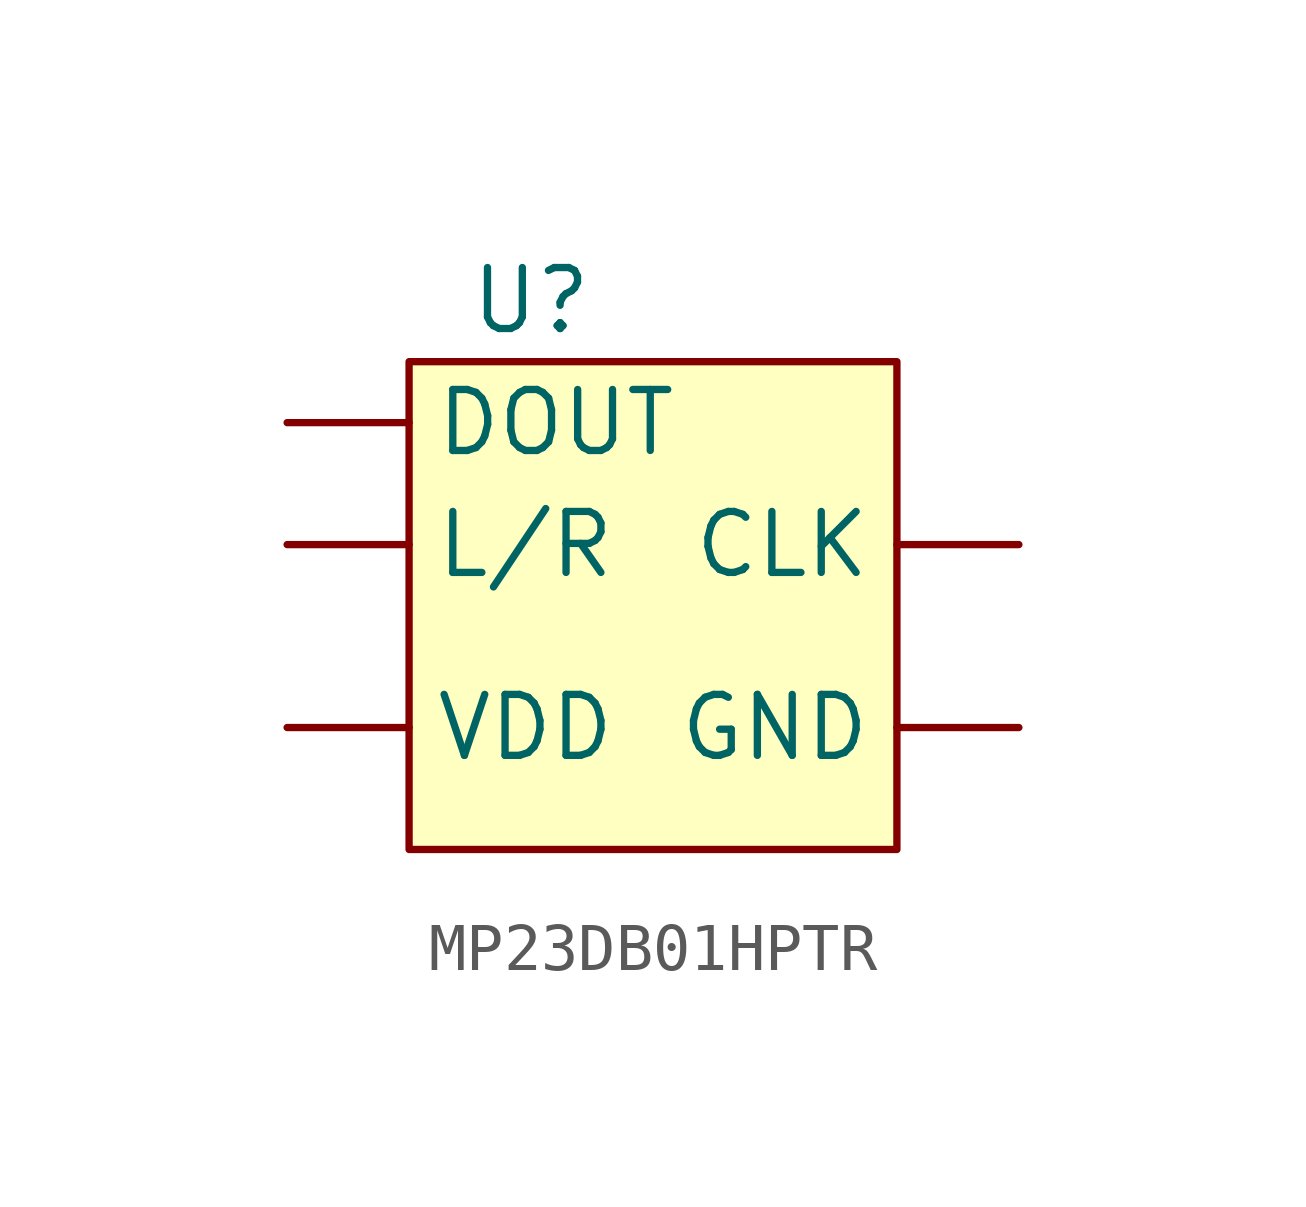
<source format=kicad_sym>
(kicad_symbol_lib
  (version 20241209)
  (generator "kicad_symbol_editor")
  (generator_version "9.0")
  (symbol "MP23DB01HPTR"
    (property "Reference" "U"
      (at 0 0 0)
      (effects (font (size 1.27 1.27))))
    (property "Value" ""
      (at 0 0 0)
      (effects (font (size 1.27 1.27))))
    (symbol "MP23DB01HPTR_1_1"
      (rectangle (start -2.54 -1.27) (end 7.62 -11.43) (stroke (width 0) (type solid)) (fill (type background)))
      (pin input line (at -5.08 -2.54 0) (length 2.54) (name "DOUT" (effects (font (size 1.27 1.27)))) (number "" (effects (font (size 1.27 1.27)))))
      (pin input line (at -5.08 -5.08 0) (length 2.54) (name "L/R" (effects (font (size 1.27 1.27)))) (number "" (effects (font (size 1.27 1.27)))))
      (pin input line (at -5.08 -8.89 0) (length 2.54) (name "VDD" (effects (font (size 1.27 1.27)))) (number "" (effects (font (size 1.27 1.27)))))
      (pin input line (at 10.16 -5.08 180) (length 2.54) (name "CLK" (effects (font (size 1.27 1.27)))) (number "" (effects (font (size 1.27 1.27)))))
      (pin input line (at 10.16 -8.89 180) (length 2.54) (name "GND" (effects (font (size 1.27 1.27)))) (number "" (effects (font (size 1.27 1.27))))))))
</source>
